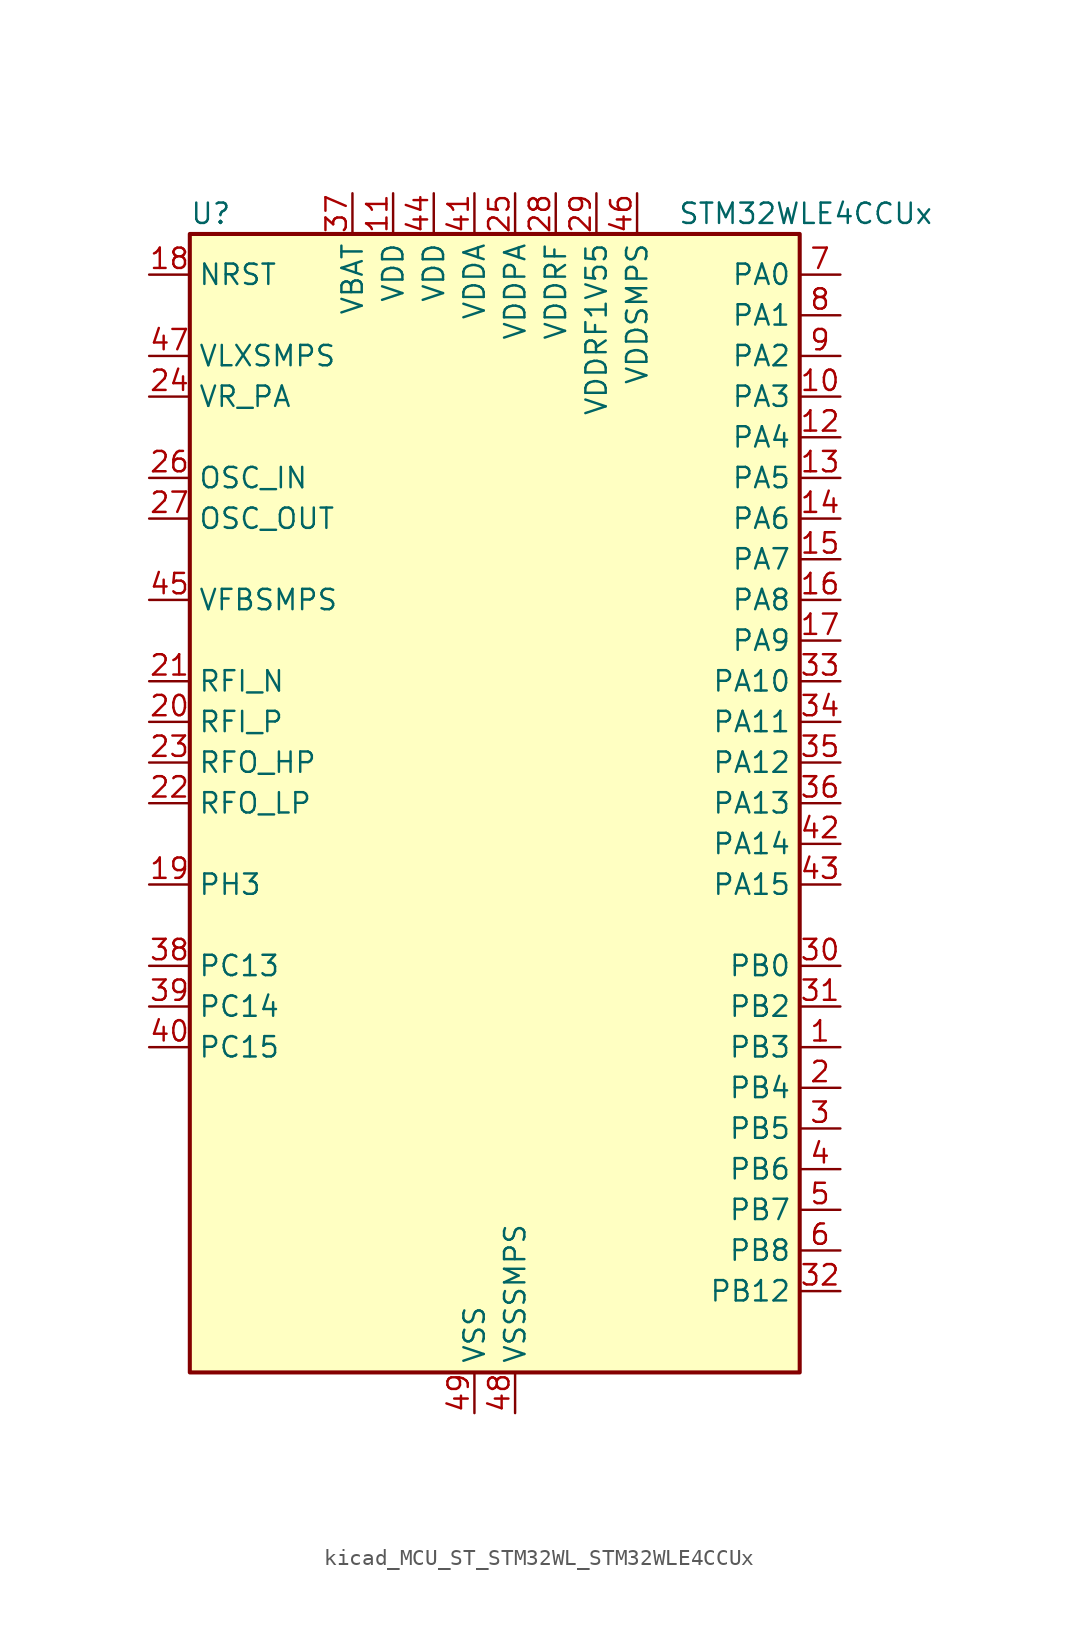
<source format=kicad_sym>
(kicad_symbol_lib
  (version 20220914)
  (generator kicad_symbol_editor)
  (symbol "kicad_MCU_ST_STM32WL_STM32WLE4CCUx"
    (property "Reference" "U"
      (at -17.78 36.83 0)
      (effects (font (size 1.27 1.27)) (justify left)))
    (property "Value" "STM32WLE4CCUx"
      (at 12.7 36.83 0)
      (effects (font (size 1.27 1.27)) (justify left)))
    (property "ki_locked" ""
      (at 0 0 0)
      (effects (font (size 1.27 1.27))))
    (symbol "kicad_MCU_ST_STM32WL_STM32WLE4CCUx_0_1"
      (rectangle (start -17.78 -35.56) (end 20.32 35.56) (stroke (width 0.254) (type default)) (fill (type background))))
    (symbol "kicad_MCU_ST_STM32WL_STM32WLE4CCUx_1_1"
      (pin bidirectional line (at 22.86 -15.24 180) (length 2.54) (name "PB3" (effects (font (size 1.27 1.27)))) (number "1" (effects (font (size 1.27 1.27)))) (alternate "ADC_IN2" bidirectional line) (alternate "COMP1_INM" bidirectional line) (alternate "COMP2_INM" bidirectional line) (alternate "DEBUG_JTDO-SWO" bidirectional line) (alternate "DEBUG_RF-DTB1" bidirectional line) (alternate "PWR_WKUP3" bidirectional line) (alternate "RTC_TAMP_IN3" bidirectional line) (alternate "SPI1_SCK" bidirectional line) (alternate "TIM2_CH2" bidirectional line) (alternate "USART1_DE" bidirectional line) (alternate "USART1_RTS" bidirectional line))
      (pin bidirectional line (at 22.86 25.4 180) (length 2.54) (name "PA3" (effects (font (size 1.27 1.27)))) (number "10" (effects (font (size 1.27 1.27)))) (alternate "I2S2_MCK" bidirectional line) (alternate "LPUART1_RX" bidirectional line) (alternate "TIM2_CH4" bidirectional line) (alternate "USART2_RX" bidirectional line))
      (pin power_in line (at -5.08 38.1 270) (length 2.54) (name "VDD" (effects (font (size 1.27 1.27)))) (number "11" (effects (font (size 1.27 1.27)))))
      (pin bidirectional line (at 22.86 22.86 180) (length 2.54) (name "PA4" (effects (font (size 1.27 1.27)))) (number "12" (effects (font (size 1.27 1.27)))) (alternate "DEBUG_SUBGHZSPI-NSSOUT" bidirectional line) (alternate "LPTIM1_OUT" bidirectional line) (alternate "LPTIM2_OUT" bidirectional line) (alternate "RTC_OUT2" bidirectional line) (alternate "SPI1_NSS" bidirectional line) (alternate "USART2_CK" bidirectional line))
      (pin bidirectional line (at 22.86 20.32 180) (length 2.54) (name "PA5" (effects (font (size 1.27 1.27)))) (number "13" (effects (font (size 1.27 1.27)))) (alternate "DEBUG_SUBGHZSPI-SCKOUT" bidirectional line) (alternate "LPTIM2_ETR" bidirectional line) (alternate "SPI1_SCK" bidirectional line) (alternate "SPI2_MISO" bidirectional line) (alternate "TIM2_CH1" bidirectional line) (alternate "TIM2_ETR" bidirectional line))
      (pin bidirectional line (at 22.86 17.78 180) (length 2.54) (name "PA6" (effects (font (size 1.27 1.27)))) (number "14" (effects (font (size 1.27 1.27)))) (alternate "DEBUG_SUBGHZSPI-MISOOUT" bidirectional line) (alternate "I2C2_SMBA" bidirectional line) (alternate "LPUART1_CTS" bidirectional line) (alternate "SPI1_MISO" bidirectional line) (alternate "TIM16_CH1" bidirectional line) (alternate "TIM1_BKIN" bidirectional line))
      (pin bidirectional line (at 22.86 15.24 180) (length 2.54) (name "PA7" (effects (font (size 1.27 1.27)))) (number "15" (effects (font (size 1.27 1.27)))) (alternate "COMP2_OUT" bidirectional line) (alternate "DEBUG_SUBGHZSPI-MOSIOUT" bidirectional line) (alternate "I2C3_SCL" bidirectional line) (alternate "SPI1_MOSI" bidirectional line) (alternate "TIM17_CH1" bidirectional line) (alternate "TIM1_CH1N" bidirectional line))
      (pin bidirectional line (at 22.86 12.7 180) (length 2.54) (name "PA8" (effects (font (size 1.27 1.27)))) (number "16" (effects (font (size 1.27 1.27)))) (alternate "I2S2_CK" bidirectional line) (alternate "LPTIM2_OUT" bidirectional line) (alternate "RCC_MCO" bidirectional line) (alternate "SPI2_SCK" bidirectional line) (alternate "TIM1_CH1" bidirectional line) (alternate "USART1_CK" bidirectional line))
      (pin bidirectional line (at 22.86 10.16 180) (length 2.54) (name "PA9" (effects (font (size 1.27 1.27)))) (number "17" (effects (font (size 1.27 1.27)))) (alternate "DAC_EXTI9" bidirectional line) (alternate "I2C1_SCL" bidirectional line) (alternate "I2S2_CK" bidirectional line) (alternate "I2S2_WS" bidirectional line) (alternate "SPI2_NSS" bidirectional line) (alternate "SPI2_SCK" bidirectional line) (alternate "TIM1_CH2" bidirectional line) (alternate "USART1_TX" bidirectional line))
      (pin input line (at -20.32 33.02 0) (length 2.54) (name "NRST" (effects (font (size 1.27 1.27)))) (number "18" (effects (font (size 1.27 1.27)))))
      (pin bidirectional line (at -20.32 -5.08 0) (length 2.54) (name "PH3" (effects (font (size 1.27 1.27)))) (number "19" (effects (font (size 1.27 1.27)))))
      (pin bidirectional line (at 22.86 -17.78 180) (length 2.54) (name "PB4" (effects (font (size 1.27 1.27)))) (number "2" (effects (font (size 1.27 1.27)))) (alternate "ADC_IN3" bidirectional line) (alternate "COMP1_INP" bidirectional line) (alternate "COMP2_INP" bidirectional line) (alternate "DEBUG_JTRST" bidirectional line) (alternate "DEBUG_RF-LDORDY" bidirectional line) (alternate "I2C3_SDA" bidirectional line) (alternate "SPI1_MISO" bidirectional line) (alternate "TIM17_BKIN" bidirectional line) (alternate "USART1_CTS" bidirectional line) (alternate "USART1_NSS" bidirectional line))
      (pin bidirectional line (at -20.32 5.08 0) (length 2.54) (name "RFI_P" (effects (font (size 1.27 1.27)))) (number "20" (effects (font (size 1.27 1.27)))))
      (pin bidirectional line (at -20.32 7.62 0) (length 2.54) (name "RFI_N" (effects (font (size 1.27 1.27)))) (number "21" (effects (font (size 1.27 1.27)))))
      (pin bidirectional line (at -20.32 0 0) (length 2.54) (name "RFO_LP" (effects (font (size 1.27 1.27)))) (number "22" (effects (font (size 1.27 1.27)))))
      (pin bidirectional line (at -20.32 2.54 0) (length 2.54) (name "RFO_HP" (effects (font (size 1.27 1.27)))) (number "23" (effects (font (size 1.27 1.27)))))
      (pin power_in line (at -20.32 25.4 0) (length 2.54) (name "VR_PA" (effects (font (size 1.27 1.27)))) (number "24" (effects (font (size 1.27 1.27)))))
      (pin power_in line (at 2.54 38.1 270) (length 2.54) (name "VDDPA" (effects (font (size 1.27 1.27)))) (number "25" (effects (font (size 1.27 1.27)))))
      (pin input line (at -20.32 20.32 0) (length 2.54) (name "OSC_IN" (effects (font (size 1.27 1.27)))) (number "26" (effects (font (size 1.27 1.27)))) (alternate "RCC_OSC_IN" bidirectional line))
      (pin input line (at -20.32 17.78 0) (length 2.54) (name "OSC_OUT" (effects (font (size 1.27 1.27)))) (number "27" (effects (font (size 1.27 1.27)))) (alternate "RCC_OSC_OUT" bidirectional line))
      (pin power_in line (at 5.08 38.1 270) (length 2.54) (name "VDDRF" (effects (font (size 1.27 1.27)))) (number "28" (effects (font (size 1.27 1.27)))))
      (pin power_in line (at 7.62 38.1 270) (length 2.54) (name "VDDRF1V55" (effects (font (size 1.27 1.27)))) (number "29" (effects (font (size 1.27 1.27)))))
      (pin bidirectional line (at 22.86 -20.32 180) (length 2.54) (name "PB5" (effects (font (size 1.27 1.27)))) (number "3" (effects (font (size 1.27 1.27)))) (alternate "COMP2_OUT" bidirectional line) (alternate "I2C1_SMBA" bidirectional line) (alternate "LPTIM1_IN1" bidirectional line) (alternate "SPI1_MOSI" bidirectional line) (alternate "TIM16_BKIN" bidirectional line) (alternate "USART1_CK" bidirectional line))
      (pin bidirectional line (at 22.86 -10.16 180) (length 2.54) (name "PB0" (effects (font (size 1.27 1.27)))) (number "30" (effects (font (size 1.27 1.27)))) (alternate "COMP1_OUT" bidirectional line) (alternate "VDDTCXO" bidirectional line))
      (pin bidirectional line (at 22.86 -12.7 180) (length 2.54) (name "PB2" (effects (font (size 1.27 1.27)))) (number "31" (effects (font (size 1.27 1.27)))) (alternate "ADC_IN4" bidirectional line) (alternate "COMP1_INP" bidirectional line) (alternate "COMP2_INM" bidirectional line) (alternate "DEBUG_RF-SMPSRDY" bidirectional line) (alternate "I2C3_SMBA" bidirectional line) (alternate "LPTIM1_OUT" bidirectional line) (alternate "SPI1_NSS" bidirectional line))
      (pin bidirectional line (at 22.86 -30.48 180) (length 2.54) (name "PB12" (effects (font (size 1.27 1.27)))) (number "32" (effects (font (size 1.27 1.27)))) (alternate "I2C3_SMBA" bidirectional line) (alternate "I2S2_WS" bidirectional line) (alternate "LPUART1_RTS" bidirectional line) (alternate "SPI2_NSS" bidirectional line) (alternate "TIM1_BKIN" bidirectional line))
      (pin bidirectional line (at 22.86 7.62 180) (length 2.54) (name "PA10" (effects (font (size 1.27 1.27)))) (number "33" (effects (font (size 1.27 1.27)))) (alternate "ADC_IN6" bidirectional line) (alternate "COMP1_INM" bidirectional line) (alternate "COMP2_INM" bidirectional line) (alternate "DAC_OUT1" bidirectional line) (alternate "DEBUG_RF-HSE32RDY" bidirectional line) (alternate "I2C1_SDA" bidirectional line) (alternate "I2S2_SD" bidirectional line) (alternate "RTC_REFIN" bidirectional line) (alternate "SPI2_MOSI" bidirectional line) (alternate "TIM17_BKIN" bidirectional line) (alternate "TIM1_CH3" bidirectional line) (alternate "USART1_RX" bidirectional line))
      (pin bidirectional line (at 22.86 5.08 180) (length 2.54) (name "PA11" (effects (font (size 1.27 1.27)))) (number "34" (effects (font (size 1.27 1.27)))) (alternate "ADC_EXTI11" bidirectional line) (alternate "ADC_IN7" bidirectional line) (alternate "COMP1_INM" bidirectional line) (alternate "COMP2_INM" bidirectional line) (alternate "DEBUG_RF-NRESET" bidirectional line) (alternate "I2C2_SDA" bidirectional line) (alternate "LPTIM3_ETR" bidirectional line) (alternate "SPI1_MISO" bidirectional line) (alternate "TIM1_BKIN2" bidirectional line) (alternate "TIM1_CH4" bidirectional line) (alternate "USART1_CTS" bidirectional line) (alternate "USART1_NSS" bidirectional line))
      (pin bidirectional line (at 22.86 2.54 180) (length 2.54) (name "PA12" (effects (font (size 1.27 1.27)))) (number "35" (effects (font (size 1.27 1.27)))) (alternate "ADC_IN8" bidirectional line) (alternate "DEBUG_RF-BUSY" bidirectional line) (alternate "I2C2_SCL" bidirectional line) (alternate "LPTIM3_IN1" bidirectional line) (alternate "SPI1_MOSI" bidirectional line) (alternate "TIM1_ETR" bidirectional line) (alternate "USART1_DE" bidirectional line) (alternate "USART1_RTS" bidirectional line))
      (pin bidirectional line (at 22.86 0 180) (length 2.54) (name "PA13" (effects (font (size 1.27 1.27)))) (number "36" (effects (font (size 1.27 1.27)))) (alternate "ADC_IN9" bidirectional line) (alternate "DEBUG_JTMS-SWDIO" bidirectional line) (alternate "I2C2_SMBA" bidirectional line) (alternate "IR_OUT" bidirectional line))
      (pin power_in line (at -7.62 38.1 270) (length 2.54) (name "VBAT" (effects (font (size 1.27 1.27)))) (number "37" (effects (font (size 1.27 1.27)))))
      (pin bidirectional line (at -20.32 -10.16 0) (length 2.54) (name "PC13" (effects (font (size 1.27 1.27)))) (number "38" (effects (font (size 1.27 1.27)))) (alternate "PWR_WKUP2" bidirectional line) (alternate "RTC_OUT1" bidirectional line) (alternate "RTC_TAMP_IN1" bidirectional line) (alternate "RTC_TS" bidirectional line))
      (pin bidirectional line (at -20.32 -12.7 0) (length 2.54) (name "PC14" (effects (font (size 1.27 1.27)))) (number "39" (effects (font (size 1.27 1.27)))) (alternate "RCC_OSC32_IN" bidirectional line))
      (pin bidirectional line (at 22.86 -22.86 180) (length 2.54) (name "PB6" (effects (font (size 1.27 1.27)))) (number "4" (effects (font (size 1.27 1.27)))) (alternate "I2C1_SCL" bidirectional line) (alternate "LPTIM1_ETR" bidirectional line) (alternate "TIM16_CH1N" bidirectional line) (alternate "USART1_TX" bidirectional line))
      (pin bidirectional line (at -20.32 -15.24 0) (length 2.54) (name "PC15" (effects (font (size 1.27 1.27)))) (number "40" (effects (font (size 1.27 1.27)))) (alternate "RCC_OSC32_OUT" bidirectional line))
      (pin power_in line (at 0 38.1 270) (length 2.54) (name "VDDA" (effects (font (size 1.27 1.27)))) (number "41" (effects (font (size 1.27 1.27)))))
      (pin bidirectional line (at 22.86 -2.54 180) (length 2.54) (name "PA14" (effects (font (size 1.27 1.27)))) (number "42" (effects (font (size 1.27 1.27)))) (alternate "ADC_IN10" bidirectional line) (alternate "DEBUG_JTCK-SWCLK" bidirectional line) (alternate "I2C1_SMBA" bidirectional line) (alternate "LPTIM1_OUT" bidirectional line))
      (pin bidirectional line (at 22.86 -5.08 180) (length 2.54) (name "PA15" (effects (font (size 1.27 1.27)))) (number "43" (effects (font (size 1.27 1.27)))) (alternate "ADC_IN11" bidirectional line) (alternate "COMP1_INM" bidirectional line) (alternate "COMP2_INP" bidirectional line) (alternate "DEBUG_JTDI" bidirectional line) (alternate "I2C2_SDA" bidirectional line) (alternate "SPI1_NSS" bidirectional line) (alternate "TIM2_CH1" bidirectional line) (alternate "TIM2_ETR" bidirectional line))
      (pin power_in line (at -2.54 38.1 270) (length 2.54) (name "VDD" (effects (font (size 1.27 1.27)))) (number "44" (effects (font (size 1.27 1.27)))))
      (pin input line (at -20.32 12.7 0) (length 2.54) (name "VFBSMPS" (effects (font (size 1.27 1.27)))) (number "45" (effects (font (size 1.27 1.27)))))
      (pin power_in line (at 10.16 38.1 270) (length 2.54) (name "VDDSMPS" (effects (font (size 1.27 1.27)))) (number "46" (effects (font (size 1.27 1.27)))))
      (pin power_in line (at -20.32 27.94 0) (length 2.54) (name "VLXSMPS" (effects (font (size 1.27 1.27)))) (number "47" (effects (font (size 1.27 1.27)))))
      (pin power_in line (at 2.54 -38.1 90) (length 2.54) (name "VSSSMPS" (effects (font (size 1.27 1.27)))) (number "48" (effects (font (size 1.27 1.27)))))
      (pin power_in line (at 0 -38.1 90) (length 2.54) (name "VSS" (effects (font (size 1.27 1.27)))) (number "49" (effects (font (size 1.27 1.27)))))
      (pin bidirectional line (at 22.86 -25.4 180) (length 2.54) (name "PB7" (effects (font (size 1.27 1.27)))) (number "5" (effects (font (size 1.27 1.27)))) (alternate "I2C1_SDA" bidirectional line) (alternate "LPTIM1_IN2" bidirectional line) (alternate "PWR_PVD_IN" bidirectional line) (alternate "TIM17_CH1N" bidirectional line) (alternate "TIM1_BKIN" bidirectional line) (alternate "USART1_RX" bidirectional line))
      (pin bidirectional line (at 22.86 -27.94 180) (length 2.54) (name "PB8" (effects (font (size 1.27 1.27)))) (number "6" (effects (font (size 1.27 1.27)))) (alternate "I2C1_SCL" bidirectional line) (alternate "TIM16_CH1" bidirectional line) (alternate "TIM1_CH2N" bidirectional line))
      (pin bidirectional line (at 22.86 33.02 180) (length 2.54) (name "PA0" (effects (font (size 1.27 1.27)))) (number "7" (effects (font (size 1.27 1.27)))) (alternate "COMP1_OUT" bidirectional line) (alternate "DEBUG_PWR-REGLP1S" bidirectional line) (alternate "I2C3_SMBA" bidirectional line) (alternate "I2S_CKIN" bidirectional line) (alternate "PWR_WKUP1" bidirectional line) (alternate "RTC_TAMP_IN2" bidirectional line) (alternate "TIM2_CH1" bidirectional line) (alternate "TIM2_ETR" bidirectional line) (alternate "USART2_CTS" bidirectional line) (alternate "USART2_NSS" bidirectional line))
      (pin bidirectional line (at 22.86 30.48 180) (length 2.54) (name "PA1" (effects (font (size 1.27 1.27)))) (number "8" (effects (font (size 1.27 1.27)))) (alternate "DEBUG_PWR-REGLP2S" bidirectional line) (alternate "I2C1_SMBA" bidirectional line) (alternate "LPTIM3_OUT" bidirectional line) (alternate "LPUART1_RTS" bidirectional line) (alternate "SPI1_SCK" bidirectional line) (alternate "TIM2_CH2" bidirectional line) (alternate "USART2_DE" bidirectional line) (alternate "USART2_RTS" bidirectional line))
      (pin bidirectional line (at 22.86 27.94 180) (length 2.54) (name "PA2" (effects (font (size 1.27 1.27)))) (number "9" (effects (font (size 1.27 1.27)))) (alternate "COMP2_OUT" bidirectional line) (alternate "DEBUG_PWR-LDORDY" bidirectional line) (alternate "LPUART1_TX" bidirectional line) (alternate "RCC_LSCO" bidirectional line) (alternate "TIM2_CH3" bidirectional line) (alternate "USART2_TX" bidirectional line)))))
</source>
